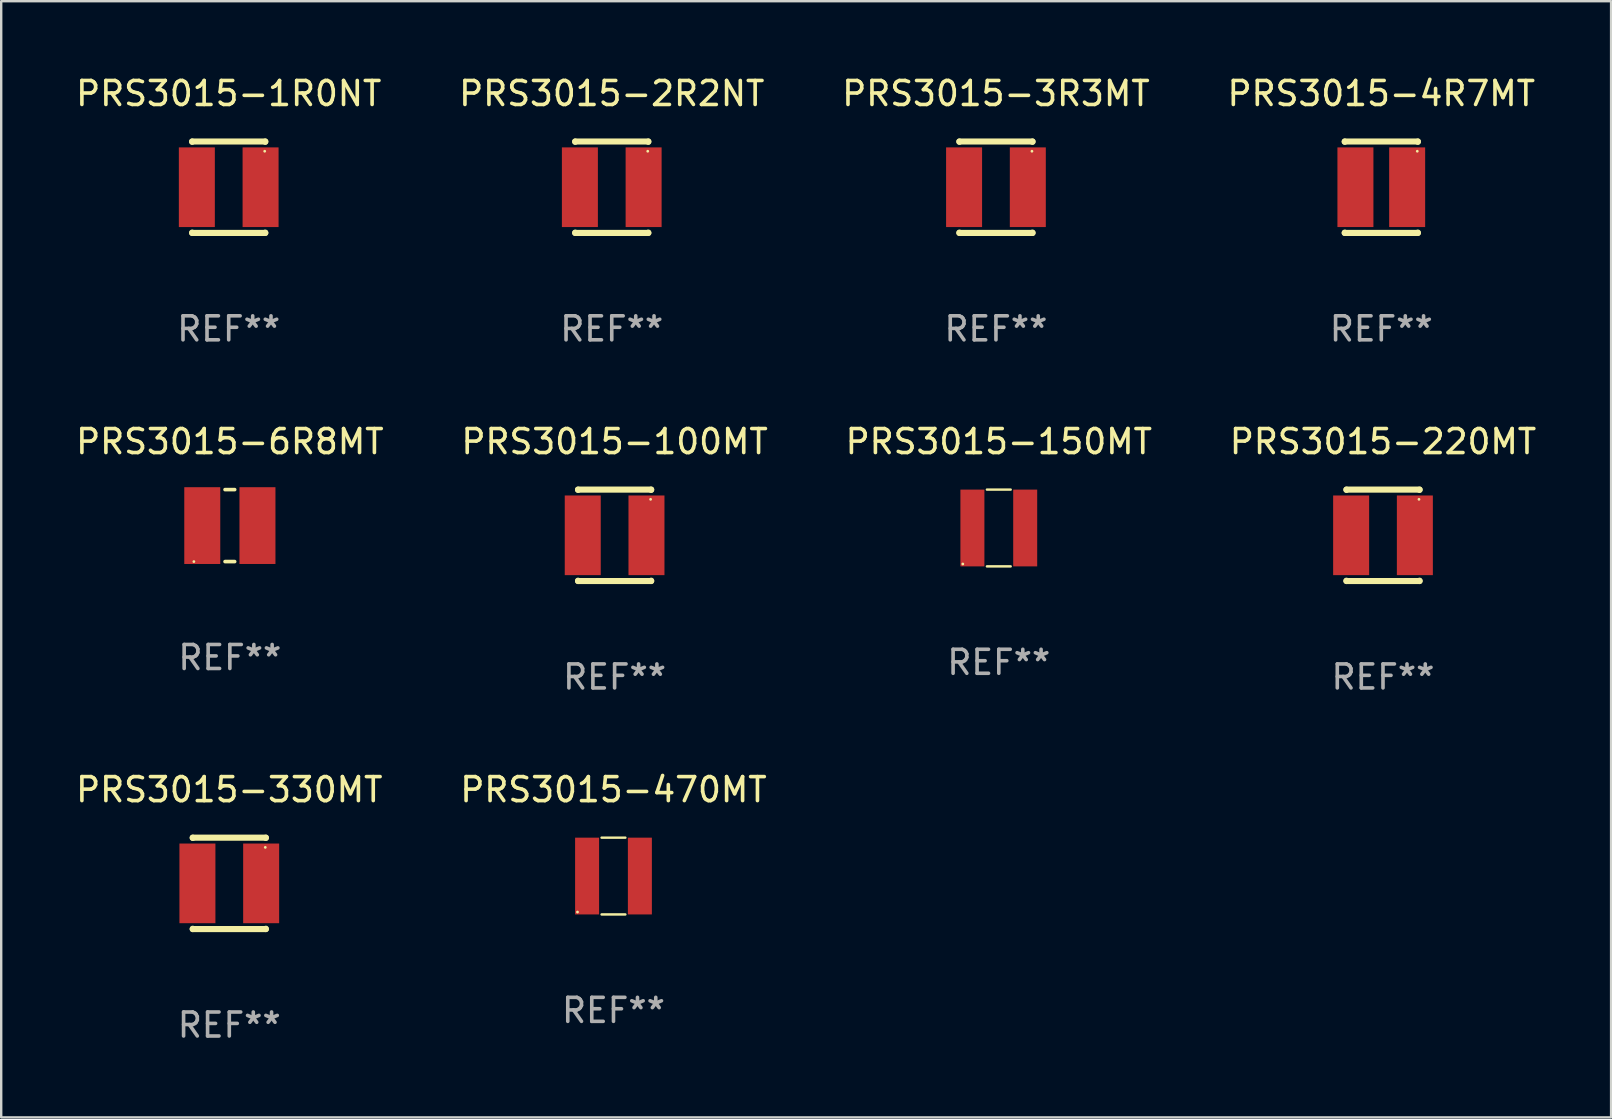
<source format=kicad_pcb>
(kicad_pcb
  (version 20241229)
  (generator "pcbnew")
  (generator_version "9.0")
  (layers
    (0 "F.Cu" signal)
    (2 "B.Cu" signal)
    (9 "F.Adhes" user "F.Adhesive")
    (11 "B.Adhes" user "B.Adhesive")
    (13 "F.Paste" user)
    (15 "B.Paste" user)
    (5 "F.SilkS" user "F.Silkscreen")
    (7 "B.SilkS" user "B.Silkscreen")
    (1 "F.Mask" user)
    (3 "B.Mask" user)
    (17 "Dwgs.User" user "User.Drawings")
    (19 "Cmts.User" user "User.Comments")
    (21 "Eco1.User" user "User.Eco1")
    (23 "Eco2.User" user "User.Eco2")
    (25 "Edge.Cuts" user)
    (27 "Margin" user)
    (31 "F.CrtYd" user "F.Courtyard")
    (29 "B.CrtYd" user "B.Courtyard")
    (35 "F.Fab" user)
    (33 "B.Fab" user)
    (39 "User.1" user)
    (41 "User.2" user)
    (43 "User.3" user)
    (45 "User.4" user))
  (footprint "PRS3015-330MT"
    (layer "F.Cu")
    (at 6.506 33.766)
    (property "Reference" "PRS3015-330MT" (at 0 -3.905 0) (layer "F.SilkS") (effects (font (size 1 1) (thickness 0.15))))
    (attr through_hole)
    (fp_line (start -1.524 -1.905) (end 1.524 -1.905) (stroke (width 0.254) (type solid)) (layer "F.SilkS"))
    (fp_line (start -1.524 -1.891) (end -1.524 -1.905) (stroke (width 0.254) (type solid)) (layer "F.SilkS"))
    (fp_line (start -1.524 1.905) (end -1.524 1.891) (stroke (width 0.254) (type solid)) (layer "F.SilkS"))
    (fp_line (start -1.524 1.905) (end 1.524 1.905) (stroke (width 0.254) (type solid)) (layer "F.SilkS"))
    (fp_line (start 1.524 -1.905) (end 1.524 -1.891) (stroke (width 0.254) (type solid)) (layer "F.SilkS"))
    (fp_line (start 1.524 1.891) (end 1.524 1.905) (stroke (width 0.254) (type solid)) (layer "F.SilkS"))
    (fp_circle (center 1.5 -1.5) (end 1.53 -1.5) (stroke (width 0.06) (type solid)) (fill no) (layer "F.SilkS"))
    (fp_text user "REF**" (at 0 5.905 0) (layer "F.Fab") (effects (font (size 1 1) (thickness 0.15))))
    (pad "1" smd rect (at 1.328 0) (size 1.5 3.32) (layers "F.Cu" "F.Mask" "F.Paste"))
    (pad "2" smd rect (at -1.328 0) (size 1.5 3.32) (layers "F.Cu" "F.Mask" "F.Paste")))
  (footprint "PRS3015-1R0NT"
    (layer "F.Cu")
    (at 6.482 4.753)
    (property "Reference" "PRS3015-1R0NT" (at 0 -3.905 0) (layer "F.SilkS") (effects (font (size 1 1) (thickness 0.15))))
    (attr through_hole)
    (fp_line (start -1.524 -1.905) (end 1.524 -1.905) (stroke (width 0.254) (type solid)) (layer "F.SilkS"))
    (fp_line (start -1.524 -1.891) (end -1.524 -1.905) (stroke (width 0.254) (type solid)) (layer "F.SilkS"))
    (fp_line (start -1.524 1.905) (end -1.524 1.891) (stroke (width 0.254) (type solid)) (layer "F.SilkS"))
    (fp_line (start -1.524 1.905) (end 1.524 1.905) (stroke (width 0.254) (type solid)) (layer "F.SilkS"))
    (fp_line (start 1.524 -1.905) (end 1.524 -1.891) (stroke (width 0.254) (type solid)) (layer "F.SilkS"))
    (fp_line (start 1.524 1.891) (end 1.524 1.905) (stroke (width 0.254) (type solid)) (layer "F.SilkS"))
    (fp_circle (center 1.5 -1.5) (end 1.53 -1.5) (stroke (width 0.06) (type solid)) (fill no) (layer "F.SilkS"))
    (fp_text user "REF**" (at 0 5.905 0) (layer "F.Fab") (effects (font (size 1 1) (thickness 0.15))))
    (pad "1" smd rect (at 1.328 0) (size 1.5 3.32) (layers "F.Cu" "F.Mask" "F.Paste"))
    (pad "2" smd rect (at -1.328 0) (size 1.5 3.32) (layers "F.Cu" "F.Mask" "F.Paste")))
  (footprint "PRS3015-220MT"
    (layer "F.Cu")
    (at 54.589 19.26)
    (property "Reference" "PRS3015-220MT" (at 0 -3.905 0) (layer "F.SilkS") (effects (font (size 1 1) (thickness 0.15))))
    (attr through_hole)
    (fp_line (start -1.524 -1.905) (end 1.524 -1.905) (stroke (width 0.254) (type solid)) (layer "F.SilkS"))
    (fp_line (start -1.524 -1.891) (end -1.524 -1.905) (stroke (width 0.254) (type solid)) (layer "F.SilkS"))
    (fp_line (start -1.524 1.905) (end -1.524 1.891) (stroke (width 0.254) (type solid)) (layer "F.SilkS"))
    (fp_line (start -1.524 1.905) (end 1.524 1.905) (stroke (width 0.254) (type solid)) (layer "F.SilkS"))
    (fp_line (start 1.524 -1.905) (end 1.524 -1.891) (stroke (width 0.254) (type solid)) (layer "F.SilkS"))
    (fp_line (start 1.524 1.891) (end 1.524 1.905) (stroke (width 0.254) (type solid)) (layer "F.SilkS"))
    (fp_circle (center 1.5 -1.5) (end 1.53 -1.5) (stroke (width 0.06) (type solid)) (fill no) (layer "F.SilkS"))
    (fp_text user "REF**" (at 0 5.905 0) (layer "F.Fab") (effects (font (size 1 1) (thickness 0.15))))
    (pad "1" smd rect (at 1.328 0) (size 1.5 3.32) (layers "F.Cu" "F.Mask" "F.Paste"))
    (pad "2" smd rect (at -1.328 0) (size 1.5 3.32) (layers "F.Cu" "F.Mask" "F.Paste")))
  (footprint "PRS3015-6R8MT"
    (layer "F.Cu")
    (at 6.53 18.855)
    (property "Reference" "PRS3015-6R8MT" (at 0 -3.5 0) (layer "F.SilkS") (effects (font (size 1 1) (thickness 0.15))))
    (attr through_hole)
    (fp_line (start -0.2 -1.5) (end 0.2 -1.5) (stroke (width 0.152) (type solid)) (layer "F.SilkS"))
    (fp_line (start 0.2 1.5) (end -0.2 1.5) (stroke (width 0.152) (type solid)) (layer "F.SilkS"))
    (fp_circle (center -1.5 1.5) (end -1.47 1.5) (stroke (width 0.06) (type solid)) (fill no) (layer "F.SilkS"))
    (fp_text user "REF**" (at 0 5.5 0) (layer "F.Fab") (effects (font (size 1 1) (thickness 0.15))))
    (pad "1" smd rect (at -1.15 -0.000025) (size 1.5 3.2) (layers "F.Cu" "F.Mask" "F.Paste"))
    (pad "2" smd rect (at 1.15 -0.000025) (size 1.5 3.2) (layers "F.Cu" "F.Mask" "F.Paste")))
  (footprint "PRS3015-2R2NT"
    (layer "F.Cu")
    (at 22.446 4.753)
    (property "Reference" "PRS3015-2R2NT" (at 0 -3.905 0) (layer "F.SilkS") (effects (font (size 1 1) (thickness 0.15))))
    (attr through_hole)
    (fp_line (start -1.524 -1.905) (end 1.524 -1.905) (stroke (width 0.254) (type solid)) (layer "F.SilkS"))
    (fp_line (start -1.524 -1.891) (end -1.524 -1.905) (stroke (width 0.254) (type solid)) (layer "F.SilkS"))
    (fp_line (start -1.524 1.905) (end -1.524 1.891) (stroke (width 0.254) (type solid)) (layer "F.SilkS"))
    (fp_line (start -1.524 1.905) (end 1.524 1.905) (stroke (width 0.254) (type solid)) (layer "F.SilkS"))
    (fp_line (start 1.524 -1.905) (end 1.524 -1.891) (stroke (width 0.254) (type solid)) (layer "F.SilkS"))
    (fp_line (start 1.524 1.891) (end 1.524 1.905) (stroke (width 0.254) (type solid)) (layer "F.SilkS"))
    (fp_circle (center 1.5 -1.5) (end 1.53 -1.5) (stroke (width 0.06) (type solid)) (fill no) (layer "F.SilkS"))
    (fp_text user "REF**" (at 0 5.905 0) (layer "F.Fab") (effects (font (size 1 1) (thickness 0.15))))
    (pad "1" smd rect (at 1.328 0) (size 1.5 3.32) (layers "F.Cu" "F.Mask" "F.Paste"))
    (pad "2" smd rect (at -1.328 0) (size 1.5 3.32) (layers "F.Cu" "F.Mask" "F.Paste")))
  (footprint "PRS3015-3R3MT"
    (layer "F.Cu")
    (at 38.458 4.753)
    (property "Reference" "PRS3015-3R3MT" (at 0 -3.905 0) (layer "F.SilkS") (effects (font (size 1 1) (thickness 0.15))))
    (attr through_hole)
    (fp_line (start -1.524 -1.905) (end 1.524 -1.905) (stroke (width 0.254) (type solid)) (layer "F.SilkS"))
    (fp_line (start -1.524 -1.891) (end -1.524 -1.905) (stroke (width 0.254) (type solid)) (layer "F.SilkS"))
    (fp_line (start -1.524 1.905) (end -1.524 1.891) (stroke (width 0.254) (type solid)) (layer "F.SilkS"))
    (fp_line (start -1.524 1.905) (end 1.524 1.905) (stroke (width 0.254) (type solid)) (layer "F.SilkS"))
    (fp_line (start 1.524 -1.905) (end 1.524 -1.891) (stroke (width 0.254) (type solid)) (layer "F.SilkS"))
    (fp_line (start 1.524 1.891) (end 1.524 1.905) (stroke (width 0.254) (type solid)) (layer "F.SilkS"))
    (fp_circle (center 1.5 -1.5) (end 1.53 -1.5) (stroke (width 0.06) (type solid)) (fill no) (layer "F.SilkS"))
    (fp_text user "REF**" (at 0 5.905 0) (layer "F.Fab") (effects (font (size 1 1) (thickness 0.15))))
    (pad "1" smd rect (at 1.328 0) (size 1.5 3.32) (layers "F.Cu" "F.Mask" "F.Paste"))
    (pad "2" smd rect (at -1.328 0) (size 1.5 3.32) (layers "F.Cu" "F.Mask" "F.Paste")))
  (footprint "PRS3015-100MT"
    (layer "F.Cu")
    (at 22.565 19.26)
    (property "Reference" "PRS3015-100MT" (at 0 -3.905 0) (layer "F.SilkS") (effects (font (size 1 1) (thickness 0.15))))
    (attr through_hole)
    (fp_line (start -1.524 -1.905) (end 1.524 -1.905) (stroke (width 0.254) (type solid)) (layer "F.SilkS"))
    (fp_line (start -1.524 -1.891) (end -1.524 -1.905) (stroke (width 0.254) (type solid)) (layer "F.SilkS"))
    (fp_line (start -1.524 1.905) (end -1.524 1.891) (stroke (width 0.254) (type solid)) (layer "F.SilkS"))
    (fp_line (start -1.524 1.905) (end 1.524 1.905) (stroke (width 0.254) (type solid)) (layer "F.SilkS"))
    (fp_line (start 1.524 -1.905) (end 1.524 -1.891) (stroke (width 0.254) (type solid)) (layer "F.SilkS"))
    (fp_line (start 1.524 1.891) (end 1.524 1.905) (stroke (width 0.254) (type solid)) (layer "F.SilkS"))
    (fp_circle (center 1.5 -1.5) (end 1.53 -1.5) (stroke (width 0.06) (type solid)) (fill no) (layer "F.SilkS"))
    (fp_text user "REF**" (at 0 5.905 0) (layer "F.Fab") (effects (font (size 1 1) (thickness 0.15))))
    (pad "1" smd rect (at 1.328 0) (size 1.5 3.32) (layers "F.Cu" "F.Mask" "F.Paste"))
    (pad "2" smd rect (at -1.328 0) (size 1.5 3.32) (layers "F.Cu" "F.Mask" "F.Paste")))
  (footprint "PRS3015-470MT"
    (layer "F.Cu")
    (at 22.518 33.461)
    (property "Reference" "PRS3015-470MT" (at 0 -3.6 0) (layer "F.SilkS") (effects (font (size 1 1) (thickness 0.15))))
    (attr through_hole)
    (fp_line (start -0.496 -1.6) (end 0.495 -1.6) (stroke (width 0.102) (type solid)) (layer "F.SilkS"))
    (fp_line (start -0.496 1.6) (end 0.495 1.6) (stroke (width 0.102) (type solid)) (layer "F.SilkS"))
    (fp_circle (center -1.5 1.5) (end -1.47 1.5) (stroke (width 0.06) (type solid)) (fill no) (layer "F.SilkS"))
    (fp_text user "REF**" (at 0 5.6 0) (layer "F.Fab") (effects (font (size 1 1) (thickness 0.15))))
    (pad "1" smd rect (at -1.1 0) (size 1 3.2) (layers "F.Cu" "F.Mask" "F.Paste"))
    (pad "2" smd rect (at 1.1 0) (size 1 3.2) (layers "F.Cu" "F.Mask" "F.Paste")))
  (footprint "PRS3015-4R7MT"
    (layer "F.Cu")
    (at 54.518 4.753)
    (property "Reference" "PRS3015-4R7MT" (at 0 -3.905 0) (layer "F.SilkS") (effects (font (size 1 1) (thickness 0.15))))
    (attr through_hole)
    (fp_line (start -1.524 -1.905) (end 1.524 -1.905) (stroke (width 0.254) (type solid)) (layer "F.SilkS"))
    (fp_line (start -1.524 -1.891) (end -1.524 -1.905) (stroke (width 0.254) (type solid)) (layer "F.SilkS"))
    (fp_line (start -1.524 1.905) (end -1.524 1.891) (stroke (width 0.254) (type solid)) (layer "F.SilkS"))
    (fp_line (start -1.524 1.905) (end 1.524 1.905) (stroke (width 0.254) (type solid)) (layer "F.SilkS"))
    (fp_line (start 1.524 -1.905) (end 1.524 -1.891) (stroke (width 0.254) (type solid)) (layer "F.SilkS"))
    (fp_line (start 1.524 1.891) (end 1.524 1.905) (stroke (width 0.254) (type solid)) (layer "F.SilkS"))
    (fp_circle (center 1.5 -1.5) (end 1.53 -1.5) (stroke (width 0.06) (type solid)) (fill no) (layer "F.SilkS"))
    (fp_text user "REF**" (at 0 5.905 0) (layer "F.Fab") (effects (font (size 1 1) (thickness 0.15))))
    (pad "1" smd rect (at 1.078 0.000076) (size 1.5 3.32) (layers "F.Cu" "F.Mask" "F.Paste"))
    (pad "2" smd rect (at -1.078 0.000076) (size 1.5 3.32) (layers "F.Cu" "F.Mask" "F.Paste")))
  (footprint "PRS3015-150MT"
    (layer "F.Cu")
    (at 38.577 18.955)
    (property "Reference" "PRS3015-150MT" (at 0 -3.6 0) (layer "F.SilkS") (effects (font (size 1 1) (thickness 0.15))))
    (attr through_hole)
    (fp_line (start -0.496 -1.6) (end 0.495 -1.6) (stroke (width 0.102) (type solid)) (layer "F.SilkS"))
    (fp_line (start -0.496 1.6) (end 0.495 1.6) (stroke (width 0.102) (type solid)) (layer "F.SilkS"))
    (fp_circle (center -1.5 1.5) (end -1.47 1.5) (stroke (width 0.06) (type solid)) (fill no) (layer "F.SilkS"))
    (fp_text user "REF**" (at 0 5.6 0) (layer "F.Fab") (effects (font (size 1 1) (thickness 0.15))))
    (pad "1" smd rect (at -1.1 0) (size 1 3.2) (layers "F.Cu" "F.Mask" "F.Paste"))
    (pad "2" smd rect (at 1.1 0) (size 1 3.2) (layers "F.Cu" "F.Mask" "F.Paste")))
  (gr_rect
    (start -3 -3)
    (end 64.095 43.52)
    (stroke (width 0.1) (type default))
    (fill no)
    (layer "Edge.Cuts")))
</source>
